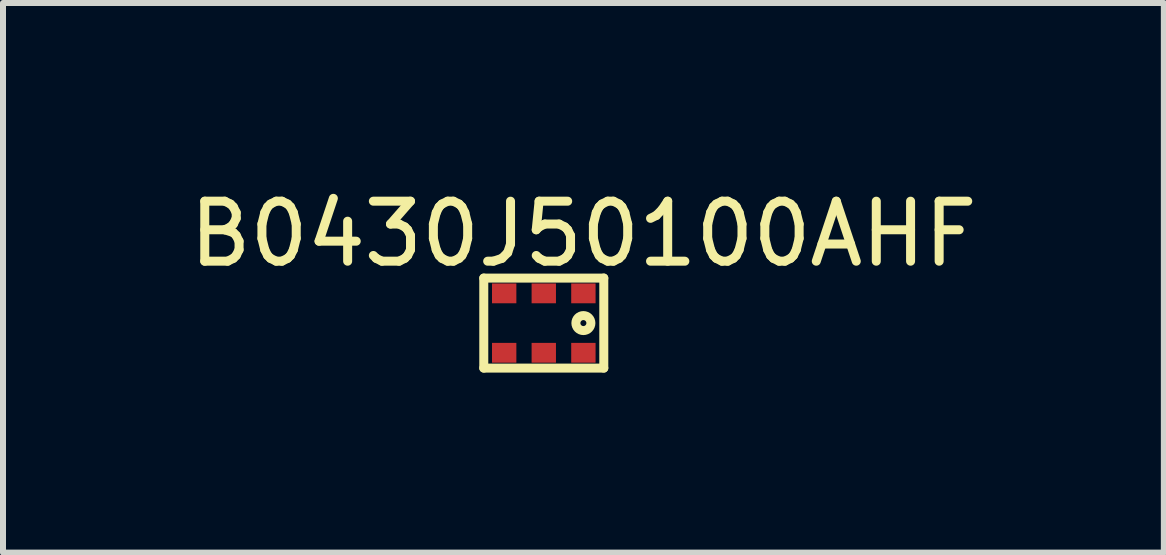
<source format=kicad_pcb>
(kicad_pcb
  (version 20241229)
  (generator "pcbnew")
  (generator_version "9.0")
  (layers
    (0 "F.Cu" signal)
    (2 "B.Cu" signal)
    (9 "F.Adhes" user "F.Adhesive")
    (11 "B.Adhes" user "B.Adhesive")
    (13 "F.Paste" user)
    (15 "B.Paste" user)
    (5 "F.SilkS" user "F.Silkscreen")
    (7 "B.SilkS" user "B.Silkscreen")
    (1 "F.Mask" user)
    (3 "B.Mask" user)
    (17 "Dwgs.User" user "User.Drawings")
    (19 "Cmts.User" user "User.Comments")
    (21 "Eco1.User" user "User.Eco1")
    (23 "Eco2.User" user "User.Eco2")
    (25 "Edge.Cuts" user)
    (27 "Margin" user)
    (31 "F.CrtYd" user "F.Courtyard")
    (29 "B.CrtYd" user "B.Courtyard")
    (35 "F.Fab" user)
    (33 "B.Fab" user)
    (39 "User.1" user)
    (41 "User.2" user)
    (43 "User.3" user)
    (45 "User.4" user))
  (footprint "B0430J50100AHF"
    (layer "F.Cu")
    (at 6.012 2.334)
    (property "Reference" "B0430J50100AHF" (at 0.66 -1.486 0) (layer "F.SilkS") (effects (font (size 1 1) (thickness 0.15))))
    (attr through_hole)
    (fp_line (start -1 -0.75) (end 1 -0.75) (stroke (width 0.15) (type solid)) (layer "F.SilkS"))
    (fp_line (start -1 0.75) (end -1 -0.75) (stroke (width 0.15) (type solid)) (layer "F.SilkS"))
    (fp_line (start 1 -0.75) (end 1 0.75) (stroke (width 0.15) (type solid)) (layer "F.SilkS"))
    (fp_line (start 1 0.75) (end -1 0.75) (stroke (width 0.15) (type solid)) (layer "F.SilkS"))
    (fp_circle (center 0.66 0) (end 0.71 0) (stroke (width 0.15) (type solid)) (fill no) (layer "F.SilkS"))
    (pad "1" smd rect (at 0.66 -0.495) (size 0.406 0.33) (layers "F.Cu" "F.Mask" "F.Paste"))
    (pad "2" smd rect (at 0 -0.495) (size 0.406 0.33) (layers "F.Cu" "F.Mask" "F.Paste"))
    (pad "3" smd rect (at -0.66 -0.495) (size 0.406 0.33) (layers "F.Cu" "F.Mask" "F.Paste"))
    (pad "4" smd rect (at -0.66 0.495) (size 0.406 0.33) (layers "F.Cu" "F.Mask" "F.Paste"))
    (pad "5" smd rect (at 0 0.495) (size 0.406 0.33) (layers "F.Cu" "F.Mask" "F.Paste"))
    (pad "6" smd rect (at 0.66 0.495) (size 0.406 0.33) (layers "F.Cu" "F.Mask" "F.Paste")))
  (gr_rect
    (start -3 -3)
    (end 16.345 6.159)
    (stroke (width 0.1) (type default))
    (fill no)
    (layer "Edge.Cuts")))
</source>
